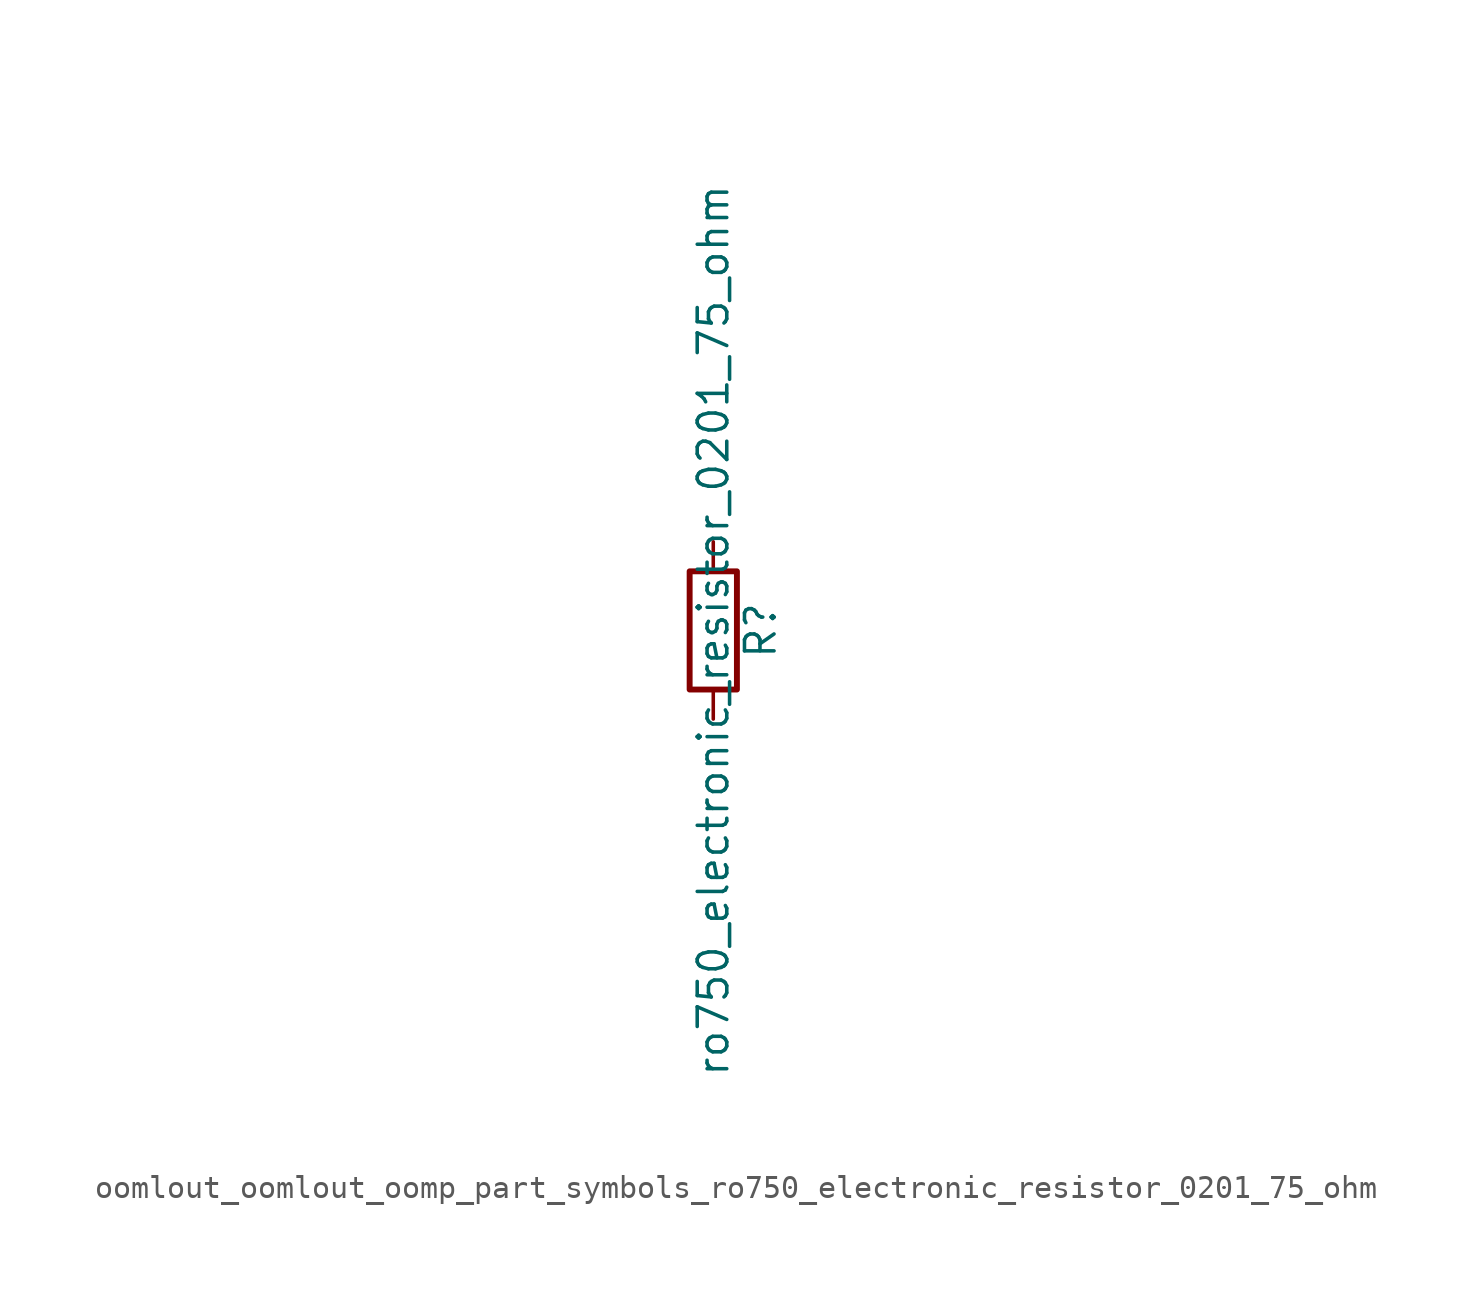
<source format=kicad_sym>
(kicad_symbol_lib
  (version 20220914)
  (generator kicad_symbol_editor)
  (symbol "oomlout_oomlout_oomp_part_symbols_ro750_electronic_resistor_0201_75_ohm"
    (pin_numbers hide)
    (pin_names
      (offset 0))
    (property "Reference" "R"
      (at 2.032 0 90)
      (effects (font (size 1.27 1.27))))
    (property "Value" "ro750_electronic_resistor_0201_75_ohm"
      (at 0 0 90)
      (effects (font (size 1.27 1.27))))
    (symbol "oomlout_oomlout_oomp_part_symbols_ro750_electronic_resistor_0201_75_ohm_0_1"
      (rectangle (start -1.016 -2.54) (end 1.016 2.54) (stroke (width 0.254) (type default)) (fill (type none))))
    (symbol "oomlout_oomlout_oomp_part_symbols_ro750_electronic_resistor_0201_75_ohm_1_1"
      (pin passive line (at 0 3.81 270) (length 1.27) (name "~" (effects (font (size 1.27 1.27)))) (number "1" (effects (font (size 1.27 1.27)))))
      (pin passive line (at 0 -3.81 90) (length 1.27) (name "~" (effects (font (size 1.27 1.27)))) (number "2" (effects (font (size 1.27 1.27))))))))
</source>
